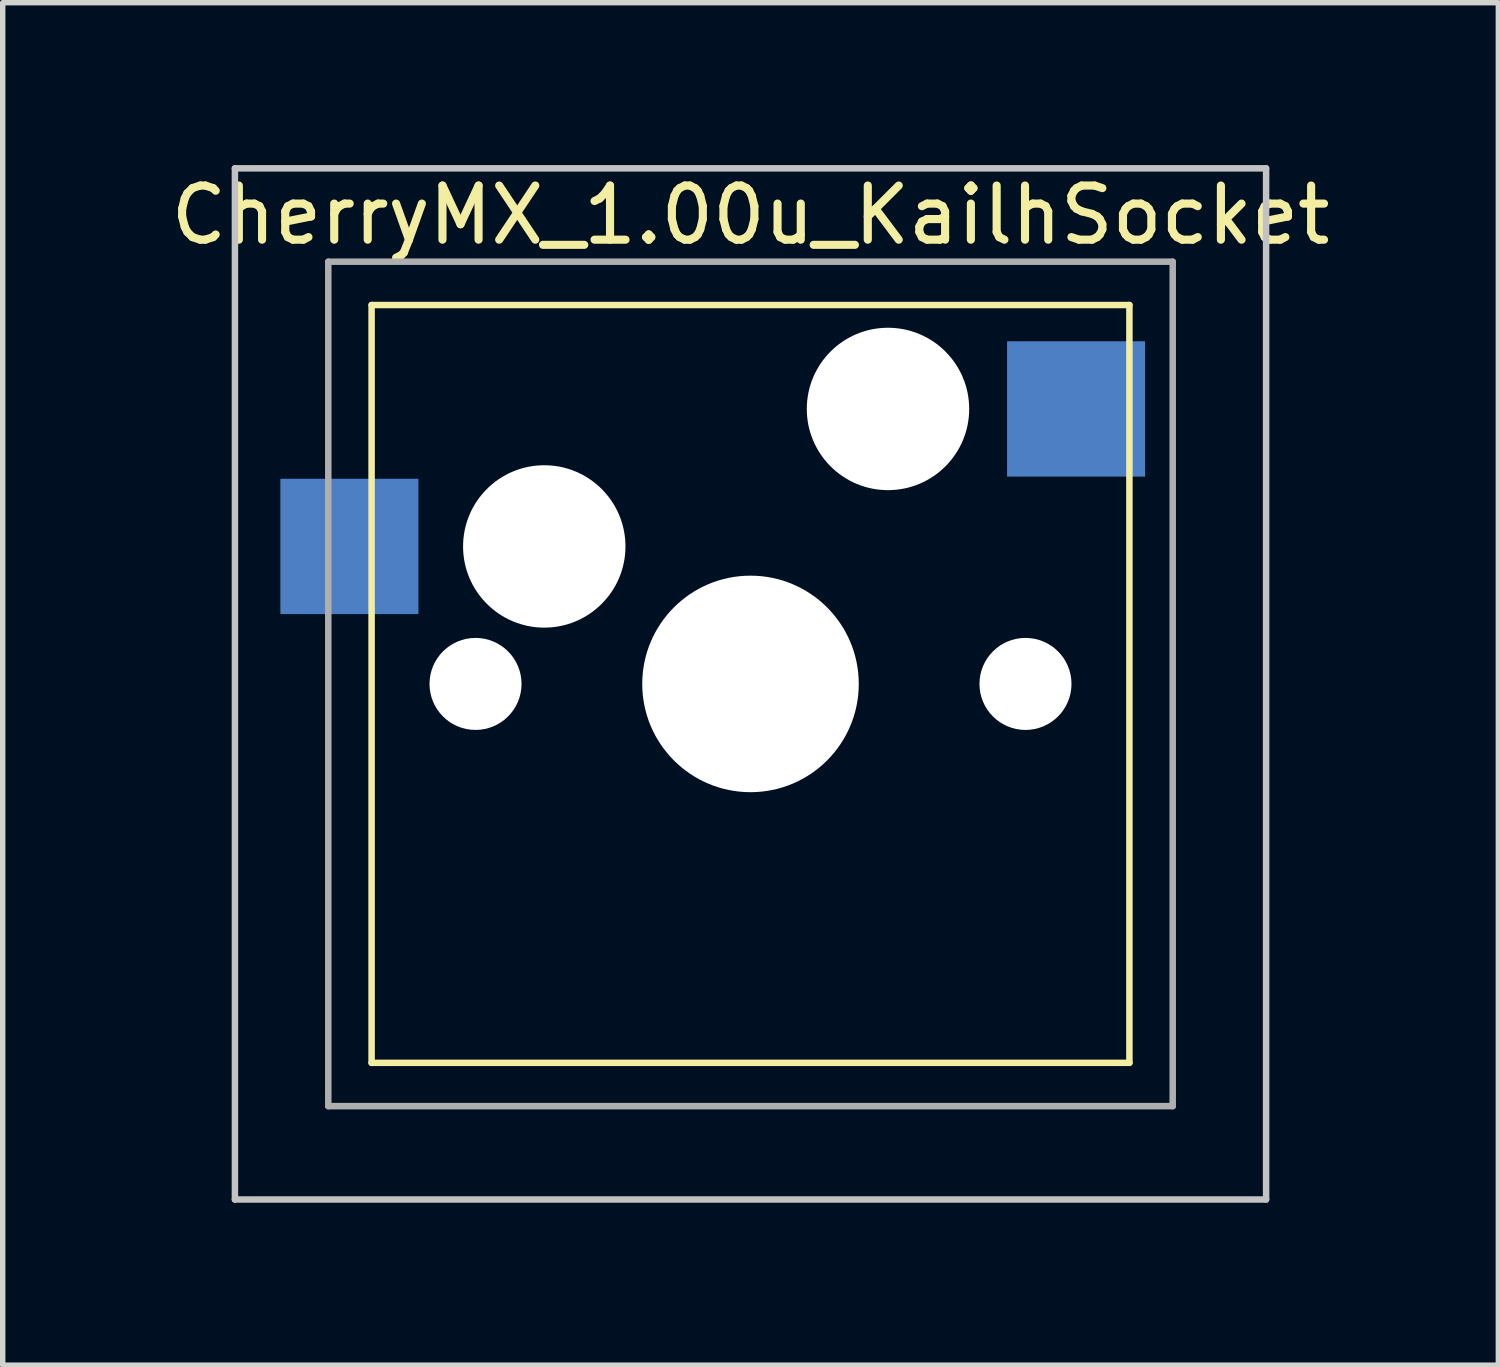
<source format=kicad_pcb>
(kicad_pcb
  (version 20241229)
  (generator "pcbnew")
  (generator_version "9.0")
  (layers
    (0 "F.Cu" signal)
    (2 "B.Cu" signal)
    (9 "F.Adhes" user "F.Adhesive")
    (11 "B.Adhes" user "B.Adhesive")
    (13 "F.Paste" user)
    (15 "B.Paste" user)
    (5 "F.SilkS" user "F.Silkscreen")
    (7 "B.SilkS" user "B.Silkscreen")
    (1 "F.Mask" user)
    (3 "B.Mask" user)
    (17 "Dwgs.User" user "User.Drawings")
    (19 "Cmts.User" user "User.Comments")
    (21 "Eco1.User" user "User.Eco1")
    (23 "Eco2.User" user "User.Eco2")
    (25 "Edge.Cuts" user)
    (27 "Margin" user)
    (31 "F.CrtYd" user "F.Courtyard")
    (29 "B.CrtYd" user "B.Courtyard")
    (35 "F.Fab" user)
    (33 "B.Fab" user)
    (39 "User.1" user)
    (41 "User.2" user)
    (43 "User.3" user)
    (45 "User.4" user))
  (footprint "CherryMX_1.00u_KailhSocket"
    (layer "F.Cu")
    (at 10.815 9.585)
    (property "Reference" "CherryMX_1.00u_KailhSocket" (at 0 -8.662 0) (layer "F.SilkS") (effects (font (size 1 1) (thickness 0.15))))
    (attr through_hole)
    (fp_line (start -7 -7) (end -7 7) (stroke (width 0.12) (type solid)) (layer "F.SilkS"))
    (fp_line (start -7 -7) (end 7 -7) (stroke (width 0.12) (type solid)) (layer "F.SilkS"))
    (fp_line (start 7 -7) (end 7 7) (stroke (width 0.12) (type solid)) (layer "F.SilkS"))
    (fp_line (start 7 7) (end -7 7) (stroke (width 0.12) (type solid)) (layer "F.SilkS"))
    (fp_line (start -9.525 -9.525) (end 9.525 -9.525) (stroke (width 0.12) (type solid)) (layer "Dwgs.User"))
    (fp_line (start -9.525 9.525) (end -9.525 -9.525) (stroke (width 0.12) (type solid)) (layer "Dwgs.User"))
    (fp_line (start 9.525 -9.525) (end 9.525 9.525) (stroke (width 0.12) (type solid)) (layer "Dwgs.User"))
    (fp_line (start 9.525 9.525) (end -9.525 9.525) (stroke (width 0.12) (type solid)) (layer "Dwgs.User"))
    (fp_line (start -7.8 -7.8) (end -7.8 7.8) (stroke (width 0.12) (type solid)) (layer "F.Fab"))
    (fp_line (start -7.8 -7.8) (end 7.8 -7.8) (stroke (width 0.12) (type solid)) (layer "F.Fab"))
    (fp_line (start -7.8 7.8) (end 7.8 7.8) (stroke (width 0.12) (type solid)) (layer "F.Fab"))
    (fp_line (start 7.8 -7.8) (end 7.8 7.8) (stroke (width 0.12) (type solid)) (layer "F.Fab"))
    (pad "" np_thru_hole circle (at -5.08 0) (size 1.7 1.7) (drill 1.7) (layers "*.Cu" "*.Mask"))
    (pad "" np_thru_hole circle (at -3.81 -2.54) (size 3 3) (drill 3) (layers "*.Cu" "*.Mask"))
    (pad "" np_thru_hole circle (at 0 0) (size 4 4) (drill 4) (layers "*.Cu" "*.Mask"))
    (pad "" np_thru_hole circle (at 2.54 -5.08) (size 3 3) (drill 3) (layers "*.Cu" "*.Mask"))
    (pad "" np_thru_hole circle (at 5.08 0) (size 1.7 1.7) (drill 1.7) (layers "*.Cu" "*.Mask"))
    (pad "1" smd rect (at -7.41 -2.54) (size 2.55 2.5) (layers "B.Cu" "B.Mask" "B.Paste"))
    (pad "2" smd rect (at 6.015 -5.08) (size 2.55 2.5) (layers "B.Cu" "B.Mask" "B.Paste")))
  (gr_rect
    (start -3 -3)
    (end 24.631 22.17)
    (stroke (width 0.1) (type default))
    (fill no)
    (layer "Edge.Cuts")))
</source>
